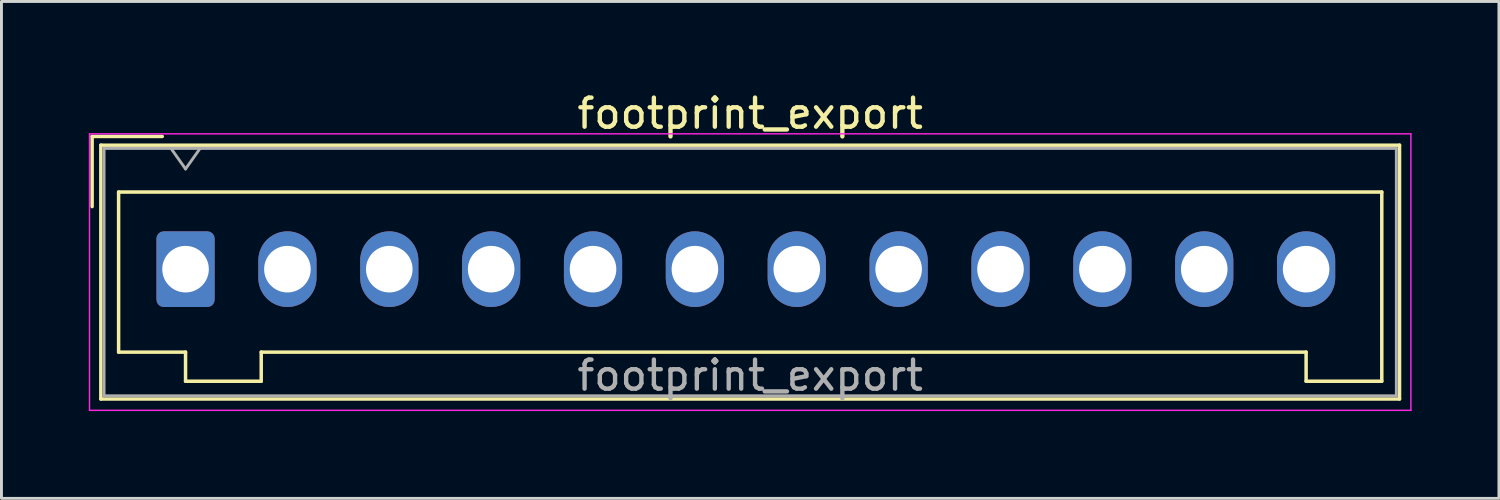
<source format=kicad_pcb>
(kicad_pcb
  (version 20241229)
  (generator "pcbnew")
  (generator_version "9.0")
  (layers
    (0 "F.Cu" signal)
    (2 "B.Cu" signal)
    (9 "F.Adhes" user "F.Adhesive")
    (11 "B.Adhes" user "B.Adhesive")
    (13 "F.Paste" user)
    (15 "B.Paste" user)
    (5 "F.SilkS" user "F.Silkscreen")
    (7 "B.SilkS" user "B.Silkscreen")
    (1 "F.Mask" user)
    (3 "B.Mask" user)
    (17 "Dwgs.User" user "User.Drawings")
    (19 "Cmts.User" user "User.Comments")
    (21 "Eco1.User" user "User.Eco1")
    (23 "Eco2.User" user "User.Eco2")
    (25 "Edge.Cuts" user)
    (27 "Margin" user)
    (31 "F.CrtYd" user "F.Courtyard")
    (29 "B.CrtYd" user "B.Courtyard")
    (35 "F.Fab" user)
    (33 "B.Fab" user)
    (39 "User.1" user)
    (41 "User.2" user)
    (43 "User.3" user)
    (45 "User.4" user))
  (footprint "footprint_export"
    (layer "F.Cu")
    (at 3.325 6.198)
    (property "Reference" "footprint_export" (at 19.4 -5.35 0) (layer "F.SilkS") (effects (font (size 1 1) (thickness 0.15))))
    (attr through_hole)
    (fp_line (start -3.21 -4.56) (end -0.8 -4.56) (stroke (width 0.12) (type solid)) (layer "F.SilkS"))
    (fp_line (start -3.21 -2.15) (end -3.21 -4.56) (stroke (width 0.12) (type solid)) (layer "F.SilkS"))
    (fp_line (start -2.91 -4.26) (end -2.91 4.46) (stroke (width 0.12) (type solid)) (layer "F.SilkS"))
    (fp_line (start -2.91 4.46) (end 41.71 4.46) (stroke (width 0.12) (type solid)) (layer "F.SilkS"))
    (fp_line (start -2.3 -2.65) (end -2.3 2.85) (stroke (width 0.12) (type solid)) (layer "F.SilkS"))
    (fp_line (start -2.3 2.85) (end 0 2.85) (stroke (width 0.12) (type solid)) (layer "F.SilkS"))
    (fp_line (start 0 2.85) (end 0 3.85) (stroke (width 0.12) (type solid)) (layer "F.SilkS"))
    (fp_line (start 0 3.85) (end 2.6 3.85) (stroke (width 0.12) (type solid)) (layer "F.SilkS"))
    (fp_line (start 2.6 2.85) (end 38.5 2.85) (stroke (width 0.12) (type solid)) (layer "F.SilkS"))
    (fp_line (start 2.6 3.85) (end 2.6 2.85) (stroke (width 0.12) (type solid)) (layer "F.SilkS"))
    (fp_line (start 38.5 2.85) (end 38.5 3.85) (stroke (width 0.12) (type solid)) (layer "F.SilkS"))
    (fp_line (start 38.5 3.85) (end 41.1 3.85) (stroke (width 0.12) (type solid)) (layer "F.SilkS"))
    (fp_line (start 41.1 -2.65) (end -2.3 -2.65) (stroke (width 0.12) (type solid)) (layer "F.SilkS"))
    (fp_line (start 41.1 3.85) (end 41.1 -2.65) (stroke (width 0.12) (type solid)) (layer "F.SilkS"))
    (fp_line (start 41.71 -4.26) (end -2.91 -4.26) (stroke (width 0.12) (type solid)) (layer "F.SilkS"))
    (fp_line (start 41.71 4.46) (end 41.71 -4.26) (stroke (width 0.12) (type solid)) (layer "F.SilkS"))
    (fp_line (start -3.3 -4.65) (end -3.3 4.85) (stroke (width 0.05) (type solid)) (layer "F.CrtYd"))
    (fp_line (start -3.3 4.85) (end 42.1 4.85) (stroke (width 0.05) (type solid)) (layer "F.CrtYd"))
    (fp_line (start 42.1 -4.65) (end -3.3 -4.65) (stroke (width 0.05) (type solid)) (layer "F.CrtYd"))
    (fp_line (start 42.1 4.85) (end 42.1 -4.65) (stroke (width 0.05) (type solid)) (layer "F.CrtYd"))
    (fp_line (start -2.8 -4.15) (end -2.8 4.35) (stroke (width 0.1) (type solid)) (layer "F.Fab"))
    (fp_line (start -2.8 4.35) (end 41.6 4.35) (stroke (width 0.1) (type solid)) (layer "F.Fab"))
    (fp_line (start -0.5 -4.15) (end 0 -3.443) (stroke (width 0.1) (type solid)) (layer "F.Fab"))
    (fp_line (start 0 -3.443) (end 0.5 -4.15) (stroke (width 0.1) (type solid)) (layer "F.Fab"))
    (fp_line (start 41.6 -4.15) (end -2.8 -4.15) (stroke (width 0.1) (type solid)) (layer "F.Fab"))
    (fp_line (start 41.6 4.35) (end 41.6 -4.15) (stroke (width 0.1) (type solid)) (layer "F.Fab"))
    (fp_text user "${REFERENCE}" (at 19.4 3.65 0) (layer "F.Fab") (effects (font (size 1 1) (thickness 0.15))))
    (pad "1" thru_hole roundrect (at 0 0) (size 2 2.6) (drill 1.6) (layers "*.Cu" "*.Mask") (roundrect_rratio 0.125))
    (pad "2" thru_hole oval (at 3.5 0) (size 2 2.6) (drill 1.6) (layers "*.Cu" "*.Mask"))
    (pad "3" thru_hole oval (at 7 0) (size 2 2.6) (drill 1.6) (layers "*.Cu" "*.Mask"))
    (pad "4" thru_hole oval (at 10.5 0) (size 2 2.6) (drill 1.6) (layers "*.Cu" "*.Mask"))
    (pad "5" thru_hole oval (at 14 0) (size 2 2.6) (drill 1.6) (layers "*.Cu" "*.Mask"))
    (pad "6" thru_hole oval (at 17.5 0) (size 2 2.6) (drill 1.6) (layers "*.Cu" "*.Mask"))
    (pad "7" thru_hole oval (at 21 0) (size 2 2.6) (drill 1.6) (layers "*.Cu" "*.Mask"))
    (pad "8" thru_hole oval (at 24.5 0) (size 2 2.6) (drill 1.6) (layers "*.Cu" "*.Mask"))
    (pad "9" thru_hole oval (at 28 0) (size 2 2.6) (drill 1.6) (layers "*.Cu" "*.Mask"))
    (pad "10" thru_hole oval (at 31.5 0) (size 2 2.6) (drill 1.6) (layers "*.Cu" "*.Mask"))
    (pad "11" thru_hole oval (at 35 0) (size 2 2.6) (drill 1.6) (layers "*.Cu" "*.Mask"))
    (pad "12" thru_hole oval (at 38.5 0) (size 2 2.6) (drill 1.6) (layers "*.Cu" "*.Mask")))
  (gr_rect
    (start -3 -3)
    (end 48.45 14.073)
    (stroke (width 0.1) (type default))
    (fill no)
    (layer "Edge.Cuts")))
</source>
